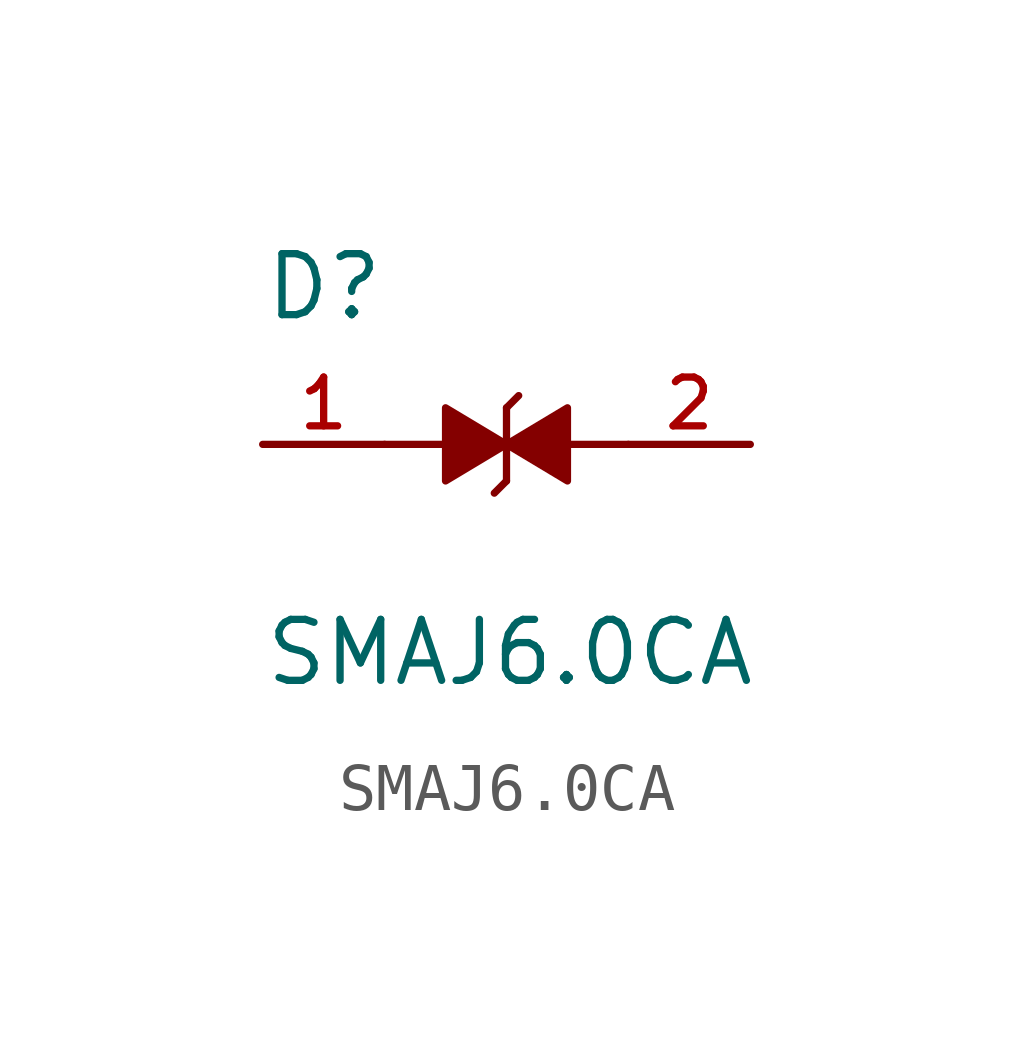
<source format=kicad_sym>
(kicad_symbol_lib
  (version 20211014)
  (generator kicad_symbol_editor)
  (symbol "SMAJ6.0CA"
    (pin_names
      (offset 1.016))
    (property "Reference" "D"
      (at -5.08 2.54 0)
      (effects (font (size 1.27 1.27)) (justify bottom left)))
    (property "Value" "SMAJ6.0CA"
      (at -5.08 -5.08 0)
      (effects (font (size 1.27 1.27)) (justify bottom left)))
    (symbol "SMAJ6.0CA_0_0"
      (polyline (pts (xy 0.0 0.0) (xy -1.27 -0.762) (xy -1.27 0.762) (xy 0.0 0.0)) (stroke (width 0.152)) (fill (type outline)))
      (polyline (pts (xy 0.0 -0.762) (xy 0.0 0.762)) (stroke (width 0.152)))
      (polyline (pts (xy 0.0 0.0) (xy 1.27 0.762) (xy 1.27 -0.762) (xy 0.0 0.0)) (stroke (width 0.152)) (fill (type outline)))
      (polyline (pts (xy 0.0 -0.762) (xy -0.254 -1.016)) (stroke (width 0.152)))
      (polyline (pts (xy 0.0 0.762) (xy 0.254 1.016)) (stroke (width 0.152)))
      (polyline (pts (xy 1.27 0.0) (xy 2.54 0.0)) (stroke (width 0.152)))
      (polyline (pts (xy -1.27 0.0) (xy -2.54 0.0)) (stroke (width 0.152)))
      (pin passive line (at -5.08 0.0 0) (length 2.54) (name "~" (effects (font (size 1.016 1.016)))) (number "1" (effects (font (size 1.016 1.016)))))
      (pin passive line (at 5.08 0.0 180.0) (length 2.54) (name "~" (effects (font (size 1.016 1.016)))) (number "2" (effects (font (size 1.016 1.016))))))))
</source>
